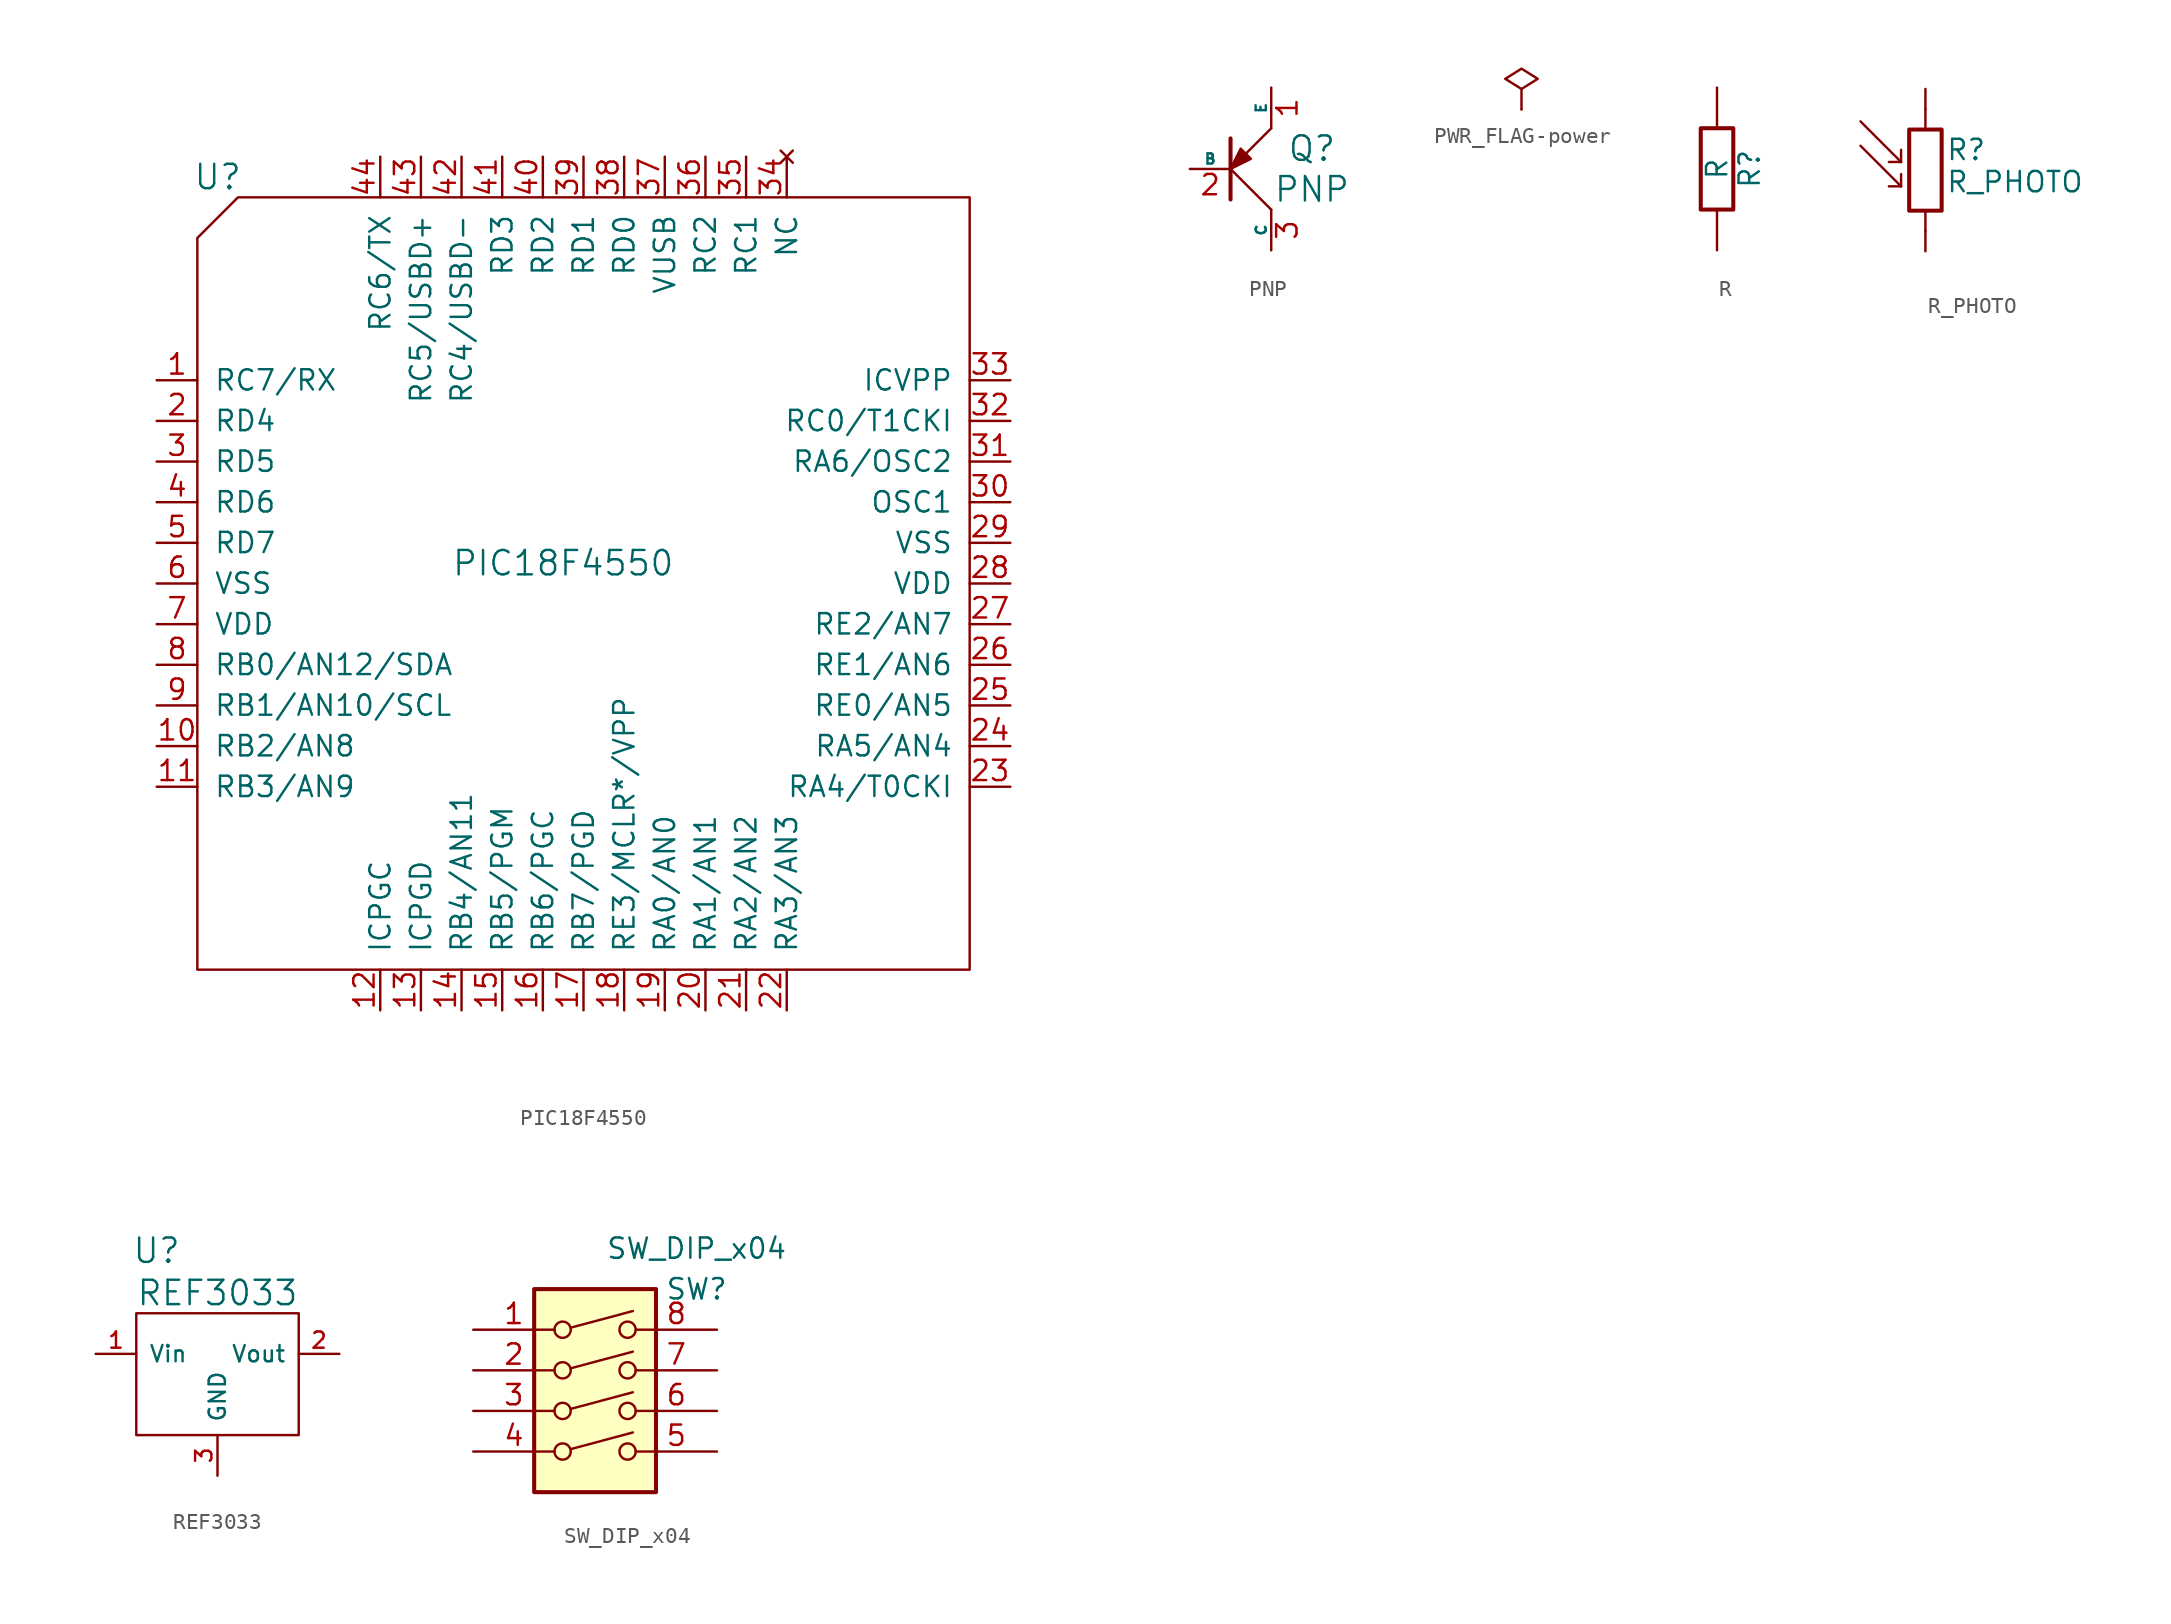
<source format=kicad_sym>
(kicad_symbol_lib
  (version 20211014)
  (generator kicad_symbol_editor)
  (symbol "PIC18F4550"
    (pin_names
      (offset 1.016))
    (property "Reference" "U"
      (at -22.86 25.4 0)
      (effects (font (size 1.524 1.524))))
    (property "Value" "PIC18F4550"
      (at -1.27 1.27 0)
      (effects (font (size 1.524 1.524))))
    (property "Footprint" ""
      (at 0 0 0)
      (effects (font (size 1.524 1.524))))
    (property "Datasheet" ""
      (at 0 0 0)
      (effects (font (size 1.524 1.524))))
    (symbol "PIC18F4550_0_1"
      (polyline (pts (xy 24.13 -24.13) (xy -24.13 -24.13) (xy -24.13 21.59) (xy -21.59 24.13) (xy 24.13 24.13) (xy 24.13 -24.13)) (stroke (width 0) (type default) (color 0 0 0 0)) (fill (type none))))
    (symbol "PIC18F4550_1_1"
      (pin bidirectional line (at -26.67 12.7 0) (length 2.54) (name "RC7/RX" (effects (font (size 1.27 1.27)))) (number "1" (effects (font (size 1.27 1.27)))))
      (pin bidirectional line (at -26.67 -10.16 0) (length 2.54) (name "RB2/AN8" (effects (font (size 1.27 1.27)))) (number "10" (effects (font (size 1.27 1.27)))))
      (pin bidirectional line (at -26.67 -12.7 0) (length 2.54) (name "RB3/AN9" (effects (font (size 1.27 1.27)))) (number "11" (effects (font (size 1.27 1.27)))))
      (pin bidirectional line (at -12.7 -26.67 90) (length 2.54) (name "ICPGC" (effects (font (size 1.27 1.27)))) (number "12" (effects (font (size 1.27 1.27)))))
      (pin bidirectional line (at -10.16 -26.67 90) (length 2.54) (name "ICPGD" (effects (font (size 1.27 1.27)))) (number "13" (effects (font (size 1.27 1.27)))))
      (pin bidirectional line (at -7.62 -26.67 90) (length 2.54) (name "RB4/AN11" (effects (font (size 1.27 1.27)))) (number "14" (effects (font (size 1.27 1.27)))))
      (pin bidirectional line (at -5.08 -26.67 90) (length 2.54) (name "RB5/PGM" (effects (font (size 1.27 1.27)))) (number "15" (effects (font (size 1.27 1.27)))))
      (pin bidirectional line (at -2.54 -26.67 90) (length 2.54) (name "RB6/PGC" (effects (font (size 1.27 1.27)))) (number "16" (effects (font (size 1.27 1.27)))))
      (pin bidirectional line (at 0 -26.67 90) (length 2.54) (name "RB7/PGD" (effects (font (size 1.27 1.27)))) (number "17" (effects (font (size 1.27 1.27)))))
      (pin input line (at 2.54 -26.67 90) (length 2.54) (name "RE3/MCLR*/VPP" (effects (font (size 1.27 1.27)))) (number "18" (effects (font (size 1.27 1.27)))))
      (pin bidirectional line (at 5.08 -26.67 90) (length 2.54) (name "RA0/AN0" (effects (font (size 1.27 1.27)))) (number "19" (effects (font (size 1.27 1.27)))))
      (pin bidirectional line (at -26.67 10.16 0) (length 2.54) (name "RD4" (effects (font (size 1.27 1.27)))) (number "2" (effects (font (size 1.27 1.27)))))
      (pin bidirectional line (at 7.62 -26.67 90) (length 2.54) (name "RA1/AN1" (effects (font (size 1.27 1.27)))) (number "20" (effects (font (size 1.27 1.27)))))
      (pin bidirectional line (at 10.16 -26.67 90) (length 2.54) (name "RA2/AN2" (effects (font (size 1.27 1.27)))) (number "21" (effects (font (size 1.27 1.27)))))
      (pin bidirectional line (at 12.7 -26.67 90) (length 2.54) (name "RA3/AN3" (effects (font (size 1.27 1.27)))) (number "22" (effects (font (size 1.27 1.27)))))
      (pin bidirectional line (at 26.67 -12.7 180) (length 2.54) (name "RA4/T0CKI" (effects (font (size 1.27 1.27)))) (number "23" (effects (font (size 1.27 1.27)))))
      (pin bidirectional line (at 26.67 -10.16 180) (length 2.54) (name "RA5/AN4" (effects (font (size 1.27 1.27)))) (number "24" (effects (font (size 1.27 1.27)))))
      (pin bidirectional line (at 26.67 -7.62 180) (length 2.54) (name "RE0/AN5" (effects (font (size 1.27 1.27)))) (number "25" (effects (font (size 1.27 1.27)))))
      (pin bidirectional line (at 26.67 -5.08 180) (length 2.54) (name "RE1/AN6" (effects (font (size 1.27 1.27)))) (number "26" (effects (font (size 1.27 1.27)))))
      (pin bidirectional line (at 26.67 -2.54 180) (length 2.54) (name "RE2/AN7" (effects (font (size 1.27 1.27)))) (number "27" (effects (font (size 1.27 1.27)))))
      (pin power_in line (at 26.67 0 180) (length 2.54) (name "VDD" (effects (font (size 1.27 1.27)))) (number "28" (effects (font (size 1.27 1.27)))))
      (pin power_in line (at 26.67 2.54 180) (length 2.54) (name "VSS" (effects (font (size 1.27 1.27)))) (number "29" (effects (font (size 1.27 1.27)))))
      (pin bidirectional line (at -26.67 7.62 0) (length 2.54) (name "RD5" (effects (font (size 1.27 1.27)))) (number "3" (effects (font (size 1.27 1.27)))))
      (pin input line (at 26.67 5.08 180) (length 2.54) (name "OSC1" (effects (font (size 1.27 1.27)))) (number "30" (effects (font (size 1.27 1.27)))))
      (pin bidirectional line (at 26.67 7.62 180) (length 2.54) (name "RA6/OSC2" (effects (font (size 1.27 1.27)))) (number "31" (effects (font (size 1.27 1.27)))))
      (pin bidirectional line (at 26.67 10.16 180) (length 2.54) (name "RC0/T1CKI" (effects (font (size 1.27 1.27)))) (number "32" (effects (font (size 1.27 1.27)))))
      (pin input line (at 26.67 12.7 180) (length 2.54) (name "ICVPP" (effects (font (size 1.27 1.27)))) (number "33" (effects (font (size 1.27 1.27)))))
      (pin no_connect line (at 12.7 26.67 270) (length 2.54) (name "NC" (effects (font (size 1.27 1.27)))) (number "34" (effects (font (size 1.27 1.27)))))
      (pin bidirectional line (at 10.16 26.67 270) (length 2.54) (name "RC1" (effects (font (size 1.27 1.27)))) (number "35" (effects (font (size 1.27 1.27)))))
      (pin bidirectional line (at 7.62 26.67 270) (length 2.54) (name "RC2" (effects (font (size 1.27 1.27)))) (number "36" (effects (font (size 1.27 1.27)))))
      (pin power_out line (at 5.08 26.67 270) (length 2.54) (name "VUSB" (effects (font (size 1.27 1.27)))) (number "37" (effects (font (size 1.27 1.27)))))
      (pin bidirectional line (at 2.54 26.67 270) (length 2.54) (name "RD0" (effects (font (size 1.27 1.27)))) (number "38" (effects (font (size 1.27 1.27)))))
      (pin bidirectional line (at 0 26.67 270) (length 2.54) (name "RD1" (effects (font (size 1.27 1.27)))) (number "39" (effects (font (size 1.27 1.27)))))
      (pin bidirectional line (at -26.67 5.08 0) (length 2.54) (name "RD6" (effects (font (size 1.27 1.27)))) (number "4" (effects (font (size 1.27 1.27)))))
      (pin bidirectional line (at -2.54 26.67 270) (length 2.54) (name "RD2" (effects (font (size 1.27 1.27)))) (number "40" (effects (font (size 1.27 1.27)))))
      (pin bidirectional line (at -5.08 26.67 270) (length 2.54) (name "RD3" (effects (font (size 1.27 1.27)))) (number "41" (effects (font (size 1.27 1.27)))))
      (pin bidirectional line (at -7.62 26.67 270) (length 2.54) (name "RC4/USBD-" (effects (font (size 1.27 1.27)))) (number "42" (effects (font (size 1.27 1.27)))))
      (pin bidirectional line (at -10.16 26.67 270) (length 2.54) (name "RC5/USBD+" (effects (font (size 1.27 1.27)))) (number "43" (effects (font (size 1.27 1.27)))))
      (pin bidirectional line (at -12.7 26.67 270) (length 2.54) (name "RC6/TX" (effects (font (size 1.27 1.27)))) (number "44" (effects (font (size 1.27 1.27)))))
      (pin bidirectional line (at -26.67 2.54 0) (length 2.54) (name "RD7" (effects (font (size 1.27 1.27)))) (number "5" (effects (font (size 1.27 1.27)))))
      (pin power_in line (at -26.67 0 0) (length 2.54) (name "VSS" (effects (font (size 1.27 1.27)))) (number "6" (effects (font (size 1.27 1.27)))))
      (pin power_in line (at -26.67 -2.54 0) (length 2.54) (name "VDD" (effects (font (size 1.27 1.27)))) (number "7" (effects (font (size 1.27 1.27)))))
      (pin bidirectional line (at -26.67 -5.08 0) (length 2.54) (name "RB0/AN12/SDA" (effects (font (size 1.27 1.27)))) (number "8" (effects (font (size 1.27 1.27)))))
      (pin bidirectional line (at -26.67 -7.62 0) (length 2.54) (name "RB1/AN10/SCL" (effects (font (size 1.27 1.27)))) (number "9" (effects (font (size 1.27 1.27)))))))
  (symbol "PNP"
    (pin_names
      (offset 0))
    (property "Reference" "Q"
      (at 3.81 1.27 0)
      (effects (font (size 1.524 1.524))))
    (property "Value" "PNP"
      (at 3.81 -1.27 0)
      (effects (font (size 1.524 1.524))))
    (property "Footprint" ""
      (at 0 0 0)
      (effects (font (size 1.524 1.524))))
    (property "Datasheet" ""
      (at 0 0 0)
      (effects (font (size 1.524 1.524))))
    (symbol "PNP_0_1"
      (polyline (pts (xy -1.27 0) (xy 1.27 -2.54)) (stroke (width 0) (type default) (color 0 0 0 0)) (fill (type none)))
      (polyline (pts (xy -1.27 0) (xy 1.27 2.54)) (stroke (width 0) (type default) (color 0 0 0 0)) (fill (type none)))
      (polyline (pts (xy -1.27 1.905) (xy -1.27 -1.905)) (stroke (width 0.254) (type default) (color 0 0 0 0)) (fill (type none)))
      (polyline (pts (xy -1.27 0) (xy -0.635 1.27) (xy 0 0.635) (xy -1.27 0)) (stroke (width 0) (type default) (color 0 0 0 0)) (fill (type outline))))
    (symbol "PNP_1_1"
      (pin passive line (at 1.27 5.08 270) (length 2.54) (name "E" (effects (font (size 0.635 0.635)))) (number "1" (effects (font (size 1.27 1.27)))))
      (pin passive line (at -3.81 0 0) (length 2.54) (name "B" (effects (font (size 0.635 0.635)))) (number "2" (effects (font (size 1.27 1.27)))))
      (pin passive line (at 1.27 -5.08 90) (length 2.54) (name "C" (effects (font (size 0.635 0.635)))) (number "3" (effects (font (size 1.27 1.27)))))))
  (symbol "PWR_FLAG-power"
    (power)
    (pin_numbers hide)
    (pin_names
      (offset 0) hide)
    (property "Reference" "#FLG"
      (at 0 1.905 0)
      (effects (font (size 1.27 1.27)) hide))
    (symbol "PWR_FLAG-power_0_0"
      (pin power_out line (at 0 0 90) (length 0) (name "pwr" (effects (font (size 1.27 1.27)))) (number "1" (effects (font (size 1.27 1.27))))))
    (symbol "PWR_FLAG-power_0_1"
      (polyline (pts (xy 0 0) (xy 0 1.27) (xy -1.016 1.905) (xy 0 2.54) (xy 1.016 1.905) (xy 0 1.27)) (stroke (width 0) (type default) (color 0 0 0 0)) (fill (type none)))))
  (symbol "R"
    (pin_numbers hide)
    (pin_names
      (offset 0))
    (property "Reference" "R"
      (at 2.032 0 90)
      (effects (font (size 1.27 1.27))))
    (property "Value" "R"
      (at 0 0 90)
      (effects (font (size 1.27 1.27))))
    (property "Footprint" ""
      (at -1.778 0 90)
      (effects (font (size 1.27 1.27))))
    (property "Datasheet" ""
      (at 0 0 0)
      (effects (font (size 1.27 1.27))))
    (symbol "R_0_1"
      (rectangle (start -1.016 -2.54) (end 1.016 2.54) (stroke (width 0.254) (type default) (color 0 0 0 0)) (fill (type none))))
    (symbol "R_1_1"
      (pin passive line (at 0 5.08 270) (length 2.54) (name "~" (effects (font (size 1.27 1.27)))) (number "1" (effects (font (size 1.27 1.27)))))
      (pin passive line (at 0 -5.08 90) (length 2.54) (name "~" (effects (font (size 1.27 1.27)))) (number "2" (effects (font (size 1.27 1.27)))))))
  (symbol "R_PHOTO"
    (pin_numbers hide)
    (pin_names
      (offset 0))
    (property "Reference" "R"
      (at 1.27 1.27 0)
      (effects (font (size 1.27 1.27)) (justify left)))
    (property "Value" "R_PHOTO"
      (at 1.27 0 0)
      (effects (font (size 1.27 1.27)) (justify left top)))
    (property "Footprint" ""
      (at 1.27 -6.35 90)
      (effects (font (size 1.27 1.27)) (justify left)))
    (property "Datasheet" ""
      (at 0 -1.27 0)
      (effects (font (size 1.27 1.27))))
    (symbol "R_PHOTO_0_1"
      (rectangle (start -1.016 2.54) (end 1.016 -2.54) (stroke (width 0.254) (type default) (color 0 0 0 0)) (fill (type none)))
      (polyline (pts (xy -1.524 -1.016) (xy -4.064 1.524)) (stroke (width 0) (type default) (color 0 0 0 0)) (fill (type none)))
      (polyline (pts (xy -1.524 -1.016) (xy -2.286 -1.016)) (stroke (width 0) (type default) (color 0 0 0 0)) (fill (type none)))
      (polyline (pts (xy -1.524 -1.016) (xy -1.524 -0.254)) (stroke (width 0) (type default) (color 0 0 0 0)) (fill (type none)))
      (polyline (pts (xy -1.524 0.508) (xy -4.064 3.048)) (stroke (width 0) (type default) (color 0 0 0 0)) (fill (type none)))
      (polyline (pts (xy -1.524 0.508) (xy -2.286 0.508)) (stroke (width 0) (type default) (color 0 0 0 0)) (fill (type none)))
      (polyline (pts (xy -1.524 0.508) (xy -1.524 1.27)) (stroke (width 0) (type default) (color 0 0 0 0)) (fill (type none)))
      (polyline (pts (xy 0 -3.81) (xy 0 -2.54)) (stroke (width 0) (type default) (color 0 0 0 0)) (fill (type none)))
      (polyline (pts (xy 0 3.81) (xy 0 2.54)) (stroke (width 0) (type default) (color 0 0 0 0)) (fill (type none))))
    (symbol "R_PHOTO_1_1"
      (pin passive line (at 0 5.08 270) (length 1.27) (name "~" (effects (font (size 1.27 1.27)))) (number "1" (effects (font (size 1.27 1.27)))))
      (pin passive line (at 0 -5.08 90) (length 1.27) (name "~" (effects (font (size 1.27 1.27)))) (number "2" (effects (font (size 1.27 1.27)))))))
  (symbol "REF3033"
    (pin_names
      (offset 0.762))
    (property "Reference" "U"
      (at -3.81 7.722 0)
      (effects (font (size 1.524 1.524))))
    (property "Value" "REF3033"
      (at 0 5.08 0)
      (effects (font (size 1.524 1.524))))
    (property "Footprint" ""
      (at 0 0 0)
      (effects (font (size 1.524 1.524))))
    (property "Datasheet" ""
      (at 0 0 0)
      (effects (font (size 1.524 1.524))))
    (symbol "REF3033_0_1"
      (rectangle (start -5.08 -3.81) (end 5.08 3.81) (stroke (width 0) (type default) (color 0 0 0 0)) (fill (type none))))
    (symbol "REF3033_1_1"
      (pin input line (at -7.62 1.27 0) (length 2.54) (name "Vin" (effects (font (size 1.016 1.016)))) (number "1" (effects (font (size 1.016 1.016)))))
      (pin power_out line (at 7.62 1.27 180) (length 2.54) (name "Vout" (effects (font (size 1.016 1.016)))) (number "2" (effects (font (size 1.016 1.016)))))
      (pin passive line (at 0 -6.35 90) (length 2.54) (name "GND" (effects (font (size 1.016 1.016)))) (number "3" (effects (font (size 1.016 1.016)))))))
  (symbol "SW_DIP_x04"
    (pin_names
      (offset 0) hide)
    (property "Reference" "SW"
      (at 6.35 6.35 0)
      (effects (font (size 1.27 1.27))))
    (property "Value" "SW_DIP_x04"
      (at 6.35 8.89 0)
      (effects (font (size 1.27 1.27))))
    (symbol "SW_DIP_x04_0_0"
      (circle (center -2.032 -3.81) (radius 0.508) (stroke (width 0) (type default) (color 0 0 0 0)) (fill (type none)))
      (circle (center -2.032 -1.27) (radius 0.508) (stroke (width 0) (type default) (color 0 0 0 0)) (fill (type none)))
      (circle (center -2.032 1.27) (radius 0.508) (stroke (width 0) (type default) (color 0 0 0 0)) (fill (type none)))
      (circle (center -2.032 3.81) (radius 0.508) (stroke (width 0) (type default) (color 0 0 0 0)) (fill (type none)))
      (polyline (pts (xy -1.524 -3.658) (xy 2.362 -2.616)) (stroke (width 0) (type default) (color 0 0 0 0)) (fill (type none)))
      (polyline (pts (xy -1.524 -1.143) (xy 2.362 -0.102)) (stroke (width 0) (type default) (color 0 0 0 0)) (fill (type none)))
      (polyline (pts (xy -1.524 1.397) (xy 2.362 2.438)) (stroke (width 0) (type default) (color 0 0 0 0)) (fill (type none)))
      (polyline (pts (xy -1.524 3.937) (xy 2.362 4.978)) (stroke (width 0) (type default) (color 0 0 0 0)) (fill (type none)))
      (circle (center 2.032 -3.81) (radius 0.508) (stroke (width 0) (type default) (color 0 0 0 0)) (fill (type none)))
      (circle (center 2.032 -1.27) (radius 0.508) (stroke (width 0) (type default) (color 0 0 0 0)) (fill (type none)))
      (circle (center 2.032 1.27) (radius 0.508) (stroke (width 0) (type default) (color 0 0 0 0)) (fill (type none)))
      (circle (center 2.032 3.81) (radius 0.508) (stroke (width 0) (type default) (color 0 0 0 0)) (fill (type none))))
    (symbol "SW_DIP_x04_0_1"
      (polyline (pts (xy -3.81 6.35) (xy 3.81 6.35) (xy 3.81 -6.35) (xy -3.81 -6.35) (xy -3.81 6.35)) (stroke (width 0.254) (type default) (color 0 0 0 0)) (fill (type background))))
    (symbol "SW_DIP_x04_1_1"
      (pin passive line (at -7.62 3.81 0) (length 5.08) (name "~" (effects (font (size 1.27 1.27)))) (number "1" (effects (font (size 1.27 1.27)))))
      (pin passive line (at -7.62 1.27 0) (length 5.08) (name "~" (effects (font (size 1.27 1.27)))) (number "2" (effects (font (size 1.27 1.27)))))
      (pin passive line (at -7.62 -1.27 0) (length 5.08) (name "~" (effects (font (size 1.27 1.27)))) (number "3" (effects (font (size 1.27 1.27)))))
      (pin passive line (at -7.62 -3.81 0) (length 5.08) (name "~" (effects (font (size 1.27 1.27)))) (number "4" (effects (font (size 1.27 1.27)))))
      (pin passive line (at 7.62 -3.81 180) (length 5.08) (name "~" (effects (font (size 1.27 1.27)))) (number "5" (effects (font (size 1.27 1.27)))))
      (pin passive line (at 7.62 -1.27 180) (length 5.08) (name "~" (effects (font (size 1.27 1.27)))) (number "6" (effects (font (size 1.27 1.27)))))
      (pin passive line (at 7.62 1.27 180) (length 5.08) (name "~" (effects (font (size 1.27 1.27)))) (number "7" (effects (font (size 1.27 1.27)))))
      (pin passive line (at 7.62 3.81 180) (length 5.08) (name "~" (effects (font (size 1.27 1.27)))) (number "8" (effects (font (size 1.27 1.27))))))))
</source>
